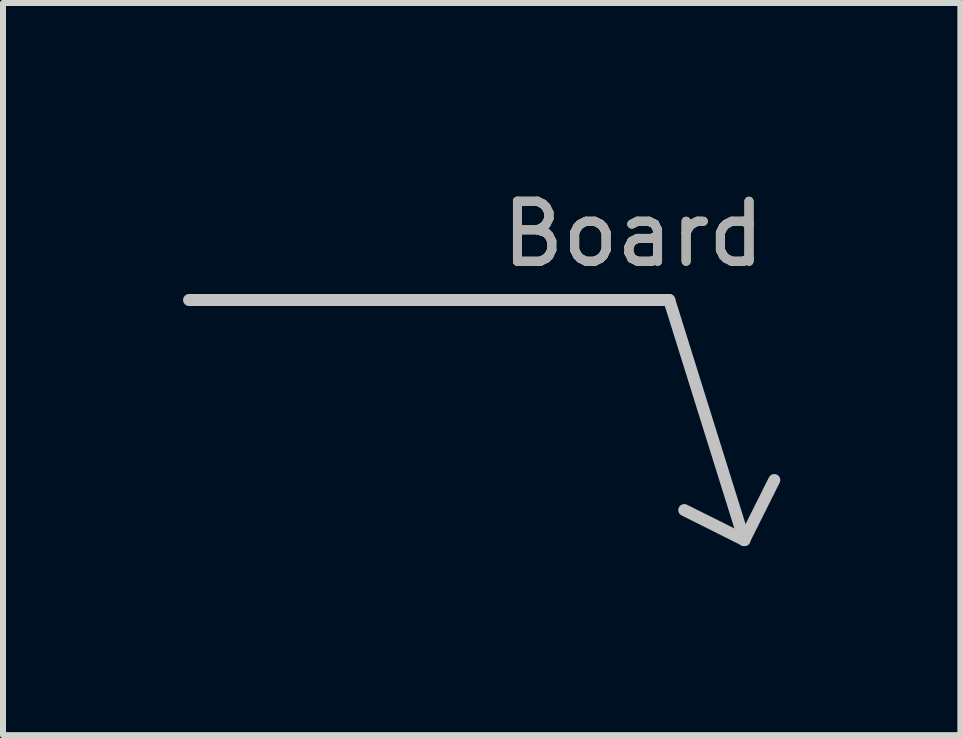
<source format=kicad_pcb>
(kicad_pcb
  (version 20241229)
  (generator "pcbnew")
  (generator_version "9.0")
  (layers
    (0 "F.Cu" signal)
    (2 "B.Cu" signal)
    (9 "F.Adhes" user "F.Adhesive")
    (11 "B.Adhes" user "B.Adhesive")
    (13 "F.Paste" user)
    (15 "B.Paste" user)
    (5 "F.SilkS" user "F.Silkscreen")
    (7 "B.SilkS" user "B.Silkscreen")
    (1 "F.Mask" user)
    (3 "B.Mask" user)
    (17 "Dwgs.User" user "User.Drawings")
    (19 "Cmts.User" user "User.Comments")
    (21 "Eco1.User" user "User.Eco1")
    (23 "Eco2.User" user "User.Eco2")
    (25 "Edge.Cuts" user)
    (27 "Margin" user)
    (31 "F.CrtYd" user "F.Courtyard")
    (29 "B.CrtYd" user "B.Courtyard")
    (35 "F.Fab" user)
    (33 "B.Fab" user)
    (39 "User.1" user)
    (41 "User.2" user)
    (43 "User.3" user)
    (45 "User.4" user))
  (footprint "Board"
    (layer "F.Cu")
    (at 9.4 5.948)
    (property "Reference" "Board" (at -1.9 -5.1 0) (unlocked yes) (layer "F.SilkS") (effects (font (size 1 1) (thickness 0.15))))
    (attr exclude_from_pos_files exclude_from_bom)
    (fp_line (start -1.3 -4) (end -9.3 -4) (stroke (width 0.2) (type solid)) (layer "Dwgs.User"))
    (fp_line (start -0.05 0) (end -1.3 -4) (stroke (width 0.2) (type solid)) (layer "Dwgs.User"))
    (fp_line (start -0.05 0) (end -1.05 -0.5) (stroke (width 0.2) (type solid)) (layer "Dwgs.User"))
    (fp_line (start -0.05 0) (end 0.45 -1) (stroke (width 0.2) (type solid)) (layer "Dwgs.User"))
    (fp_text user "${REFERENCE}" (at -1.9 -5.1 0) (unlocked yes) (layer "F.Fab") (effects (font (size 1 1) (thickness 0.15)))))
  (gr_rect
    (start -3 -3)
    (end 12.95 9.198)
    (stroke (width 0.1) (type default))
    (fill no)
    (layer "Edge.Cuts")))
</source>
